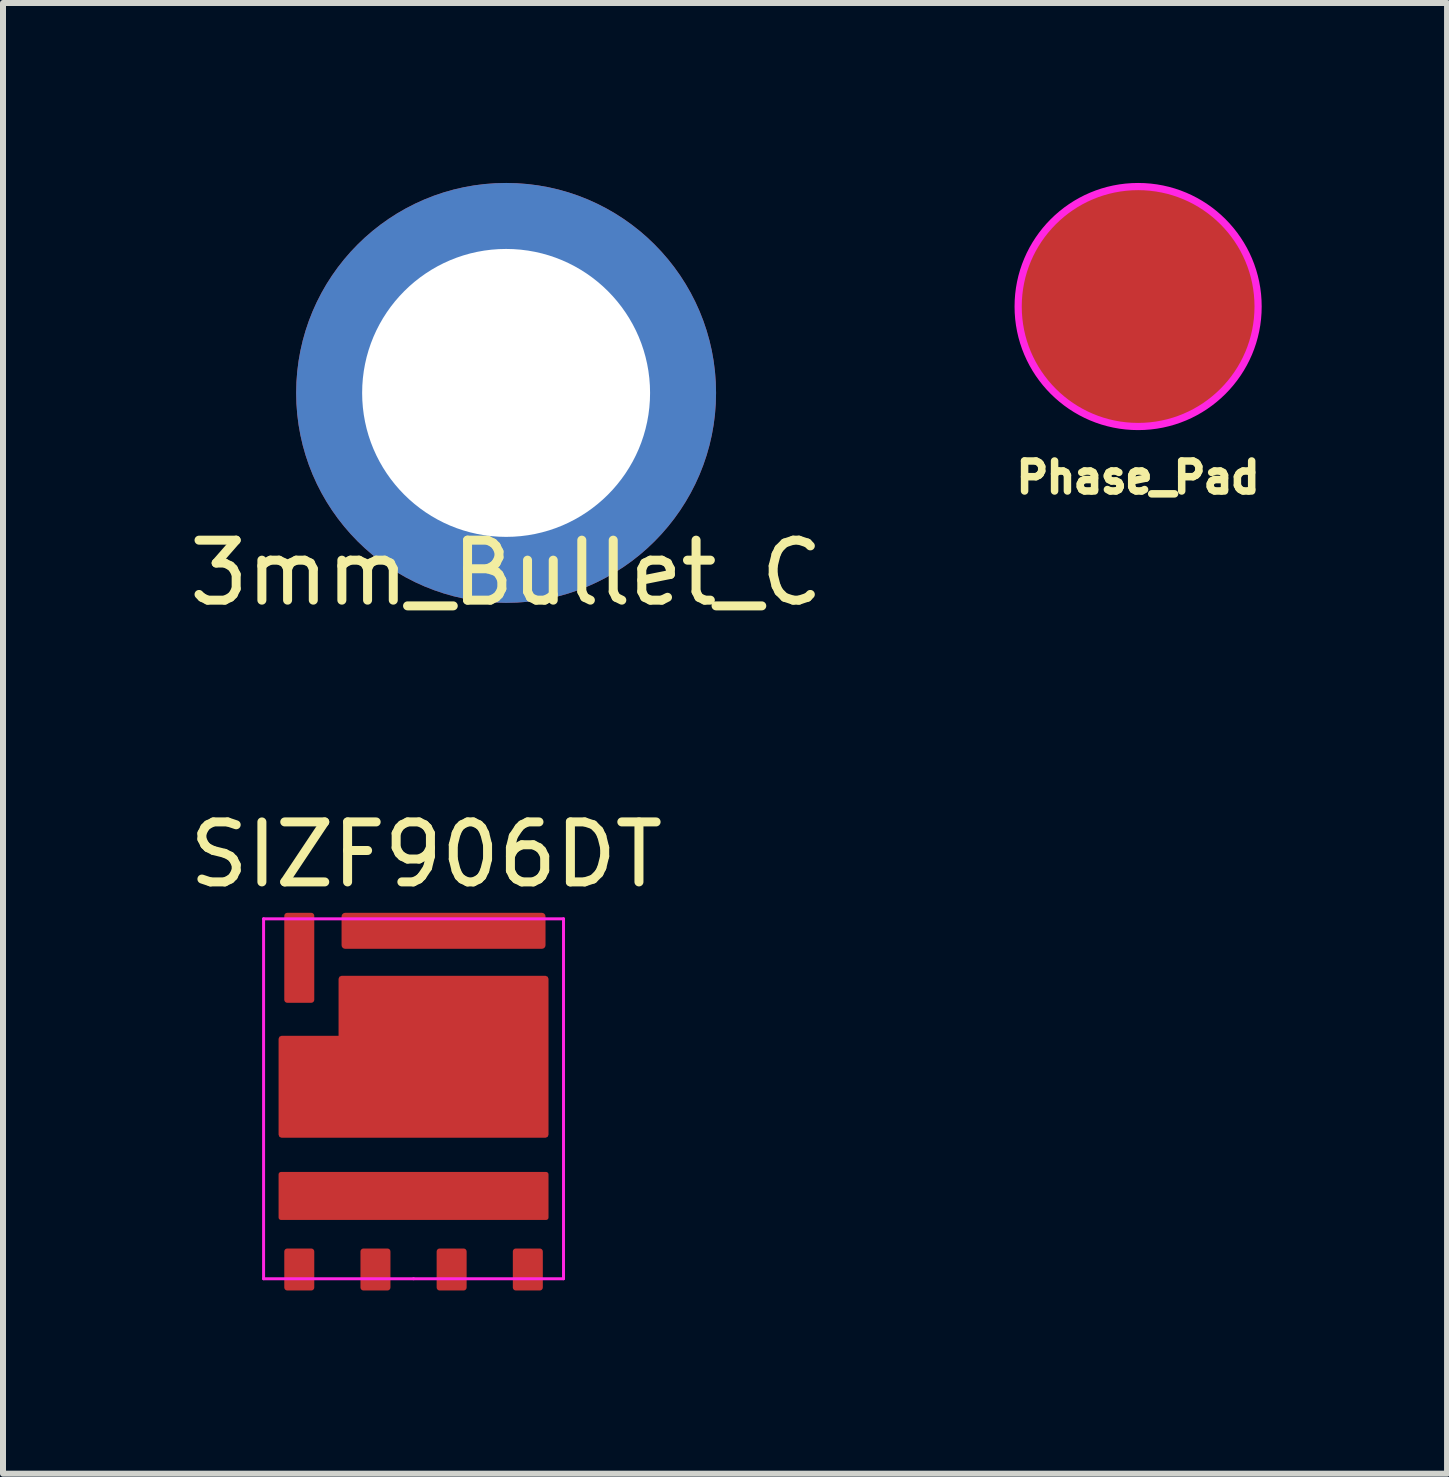
<source format=kicad_pcb>
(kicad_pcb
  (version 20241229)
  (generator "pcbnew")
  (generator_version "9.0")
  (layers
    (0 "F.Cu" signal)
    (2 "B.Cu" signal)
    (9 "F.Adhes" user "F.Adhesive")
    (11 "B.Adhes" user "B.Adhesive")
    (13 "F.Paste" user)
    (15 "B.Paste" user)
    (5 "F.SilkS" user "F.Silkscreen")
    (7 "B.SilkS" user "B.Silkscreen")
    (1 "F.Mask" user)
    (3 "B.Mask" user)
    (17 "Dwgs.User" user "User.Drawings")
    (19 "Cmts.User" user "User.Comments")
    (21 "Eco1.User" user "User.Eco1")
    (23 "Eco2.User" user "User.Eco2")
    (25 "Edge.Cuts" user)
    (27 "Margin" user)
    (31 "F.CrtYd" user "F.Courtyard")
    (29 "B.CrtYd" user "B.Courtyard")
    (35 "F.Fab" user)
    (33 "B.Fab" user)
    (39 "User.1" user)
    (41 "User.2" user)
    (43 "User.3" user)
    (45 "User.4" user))
  (footprint "Phase_Pad"
    (layer "F.Cu")
    (at 15.923 2.06)
    (property "Reference" "Phase_Pad" (at 0 2.85 0) (layer "F.SilkS") (effects (font (size 0.5 0.5) (thickness 0.125))))
    (attr through_hole)
    (fp_circle (center 0 0) (end 2 0) (stroke (width 0.12) (type solid)) (fill no) (layer "F.CrtYd"))
    (pad "1" smd circle (at 0 0) (size 4 4) (layers "F.Cu" "F.Mask" "F.Paste")))
  (footprint "SIZF906DT"
    (layer "F.Cu")
    (at 3.844 18.267)
    (property "Reference" "SIZF906DT" (at 0.21 -7.07 0) (layer "F.SilkS") (effects (font (size 1 1) (thickness 0.15))))
    (attr through_hole)
    (fp_line (start -2.5 -6) (end -2.5 0) (stroke (width 0.05) (type solid)) (layer "F.CrtYd"))
    (fp_line (start -2.5 0) (end 0 0) (stroke (width 0.05) (type solid)) (layer "F.CrtYd"))
    (fp_line (start 0 0) (end 2.5 0) (stroke (width 0.05) (type solid)) (layer "F.CrtYd"))
    (fp_line (start 2.5 -6) (end -2.5 -6) (stroke (width 0.05) (type solid)) (layer "F.CrtYd"))
    (fp_line (start 2.5 0) (end 2.5 -6) (stroke (width 0.05) (type solid)) (layer "F.CrtYd"))
    (pad "1" smd roundrect (at -1.905 -0.154) (size 0.5 0.7) (layers "F.Cu" "F.Mask" "F.Paste") (roundrect_rratio 0.1))
    (pad "2" smd roundrect (at -0.635 -0.154) (size 0.5 0.7) (layers "F.Cu" "F.Mask" "F.Paste") (roundrect_rratio 0.1))
    (pad "3" smd roundrect (at -1.905 -5.35) (size 0.5 1.5) (layers "F.Cu" "F.Mask" "F.Paste") (roundrect_rratio 0.1))
    (pad "4" smd roundrect (at 0 -1.38) (size 4.5 0.8) (layers "F.Cu" "F.Mask" "F.Paste") (roundrect_rratio 0.05))
    (pad "4" smd roundrect (at 0.635 -0.154) (size 0.5 0.7) (layers "F.Cu" "F.Mask" "F.Paste") (roundrect_rratio 0.1))
    (pad "4" smd roundrect (at 1.905 -0.154) (size 0.5 0.7) (layers "F.Cu" "F.Mask" "F.Paste") (roundrect_rratio 0.1))
    (pad "5" smd roundrect (at 0.5 -5.8) (size 3.4 0.6) (layers "F.Cu" "F.Mask" "F.Paste") (roundrect_rratio 0.1))
    (pad "6" smd custom (at 0 -2.65) (size 0.5 0.5) (layers "F.Cu" "F.Mask" "F.Paste") (options (anchor rect)) (primitives (gr_poly (pts (xy 0 0.25) (xy -2.2 0.25) (xy -2.2 -1.35) (xy -1.2 -1.35) (xy -1.2 -2.35) (xy 2.2 -2.35) (xy 2.2 0.25)) (width 0.1) (fill yes)))))
  (footprint "3mm_Bullet_C"
    (layer "F.Cu")
    (at 5.387 3.5)
    (property "Reference" "3mm_Bullet_C" (at 0 3 0) (layer "F.SilkS") (effects (font (size 1 1) (thickness 0.15))))
    (attr through_hole)
    (pad "1" thru_hole circle (at 0 0) (size 7 7) (drill 4.8) (layers "*.Cu" "*.Mask")))
  (gr_rect
    (start -3 -3)
    (end 21.073 21.517)
    (stroke (width 0.1) (type default))
    (fill no)
    (layer "Edge.Cuts")))
</source>
